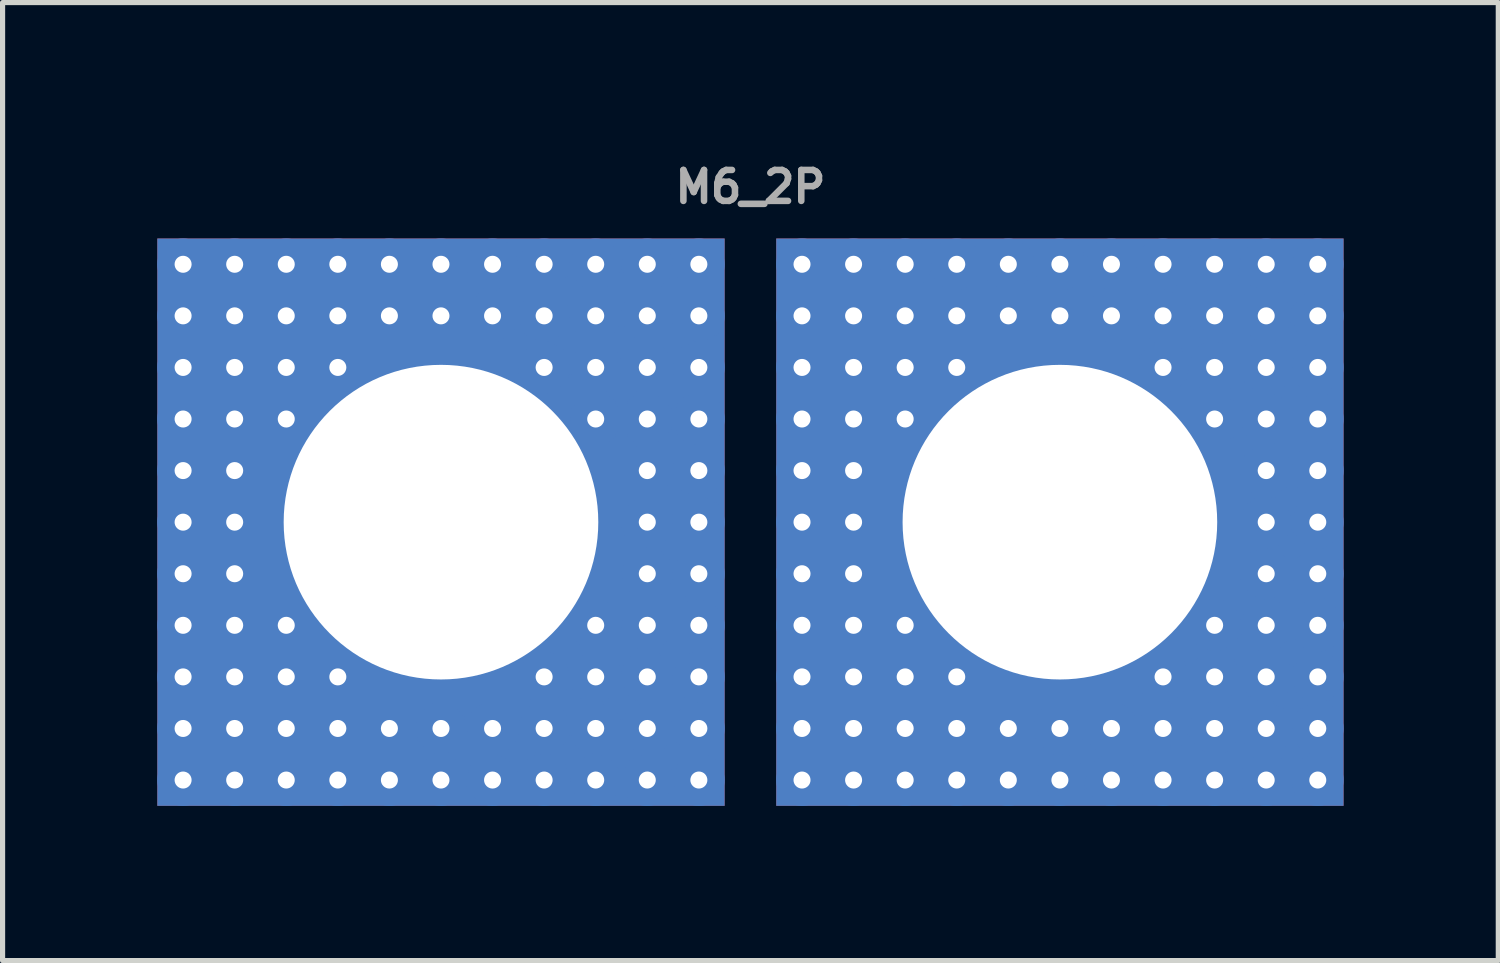
<source format=kicad_pcb>
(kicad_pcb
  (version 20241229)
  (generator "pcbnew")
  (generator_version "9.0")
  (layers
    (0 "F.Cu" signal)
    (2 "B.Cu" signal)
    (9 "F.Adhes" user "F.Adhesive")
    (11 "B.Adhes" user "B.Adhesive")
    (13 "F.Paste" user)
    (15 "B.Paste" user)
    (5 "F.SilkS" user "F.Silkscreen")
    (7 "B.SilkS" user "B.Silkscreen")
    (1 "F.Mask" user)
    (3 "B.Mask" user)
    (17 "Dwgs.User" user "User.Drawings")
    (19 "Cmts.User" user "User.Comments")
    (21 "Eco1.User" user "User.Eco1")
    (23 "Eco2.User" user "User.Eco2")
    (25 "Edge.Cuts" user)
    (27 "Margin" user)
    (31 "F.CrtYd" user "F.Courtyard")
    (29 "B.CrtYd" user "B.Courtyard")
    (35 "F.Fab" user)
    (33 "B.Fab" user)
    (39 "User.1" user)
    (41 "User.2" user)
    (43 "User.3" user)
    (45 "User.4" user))
  (footprint "M6_2P"
    (layer "F.Cu")
    (at 11.5 7.074)
    (property "Reference" "M6_2P" (at 0 -6.5 0) (layer "F.Fab") (effects (font (size 0.6 0.6) (thickness 0.127))))
    (attr exclude_from_pos_files exclude_from_bom)
    (pad "1" thru_hole circle (at -11 -5) (size 1 1) (drill 0.33) (layers "*.Cu" "*.Mask"))
    (pad "1" thru_hole circle (at -11 -4) (size 1 1) (drill 0.33) (layers "*.Cu" "*.Mask"))
    (pad "1" thru_hole circle (at -11 -3) (size 1 1) (drill 0.33) (layers "*.Cu" "*.Mask"))
    (pad "1" thru_hole circle (at -11 -2) (size 1 1) (drill 0.33) (layers "*.Cu" "*.Mask"))
    (pad "1" thru_hole circle (at -11 -1) (size 1 1) (drill 0.33) (layers "*.Cu" "*.Mask"))
    (pad "1" thru_hole circle (at -11 0) (size 1 1) (drill 0.33) (layers "*.Cu" "*.Mask"))
    (pad "1" thru_hole circle (at -11 1) (size 1 1) (drill 0.33) (layers "*.Cu" "*.Mask"))
    (pad "1" thru_hole circle (at -11 2) (size 1 1) (drill 0.33) (layers "*.Cu" "*.Mask"))
    (pad "1" thru_hole circle (at -11 3) (size 1 1) (drill 0.33) (layers "*.Cu" "*.Mask"))
    (pad "1" thru_hole circle (at -11 4) (size 1 1) (drill 0.33) (layers "*.Cu" "*.Mask"))
    (pad "1" thru_hole circle (at -11 5) (size 1 1) (drill 0.33) (layers "*.Cu" "*.Mask"))
    (pad "1" thru_hole circle (at -10 -5) (size 1 1) (drill 0.33) (layers "*.Cu" "*.Mask"))
    (pad "1" thru_hole circle (at -10 -4) (size 1 1) (drill 0.33) (layers "*.Cu" "*.Mask"))
    (pad "1" thru_hole circle (at -10 -3) (size 1 1) (drill 0.33) (layers "*.Cu" "*.Mask"))
    (pad "1" thru_hole circle (at -10 -2) (size 1 1) (drill 0.33) (layers "*.Cu" "*.Mask"))
    (pad "1" thru_hole circle (at -10 -1) (size 1 1) (drill 0.33) (layers "*.Cu" "*.Mask"))
    (pad "1" thru_hole circle (at -10 0) (size 1 1) (drill 0.33) (layers "*.Cu" "*.Mask"))
    (pad "1" thru_hole circle (at -10 1) (size 1 1) (drill 0.33) (layers "*.Cu" "*.Mask"))
    (pad "1" thru_hole circle (at -10 2) (size 1 1) (drill 0.33) (layers "*.Cu" "*.Mask"))
    (pad "1" thru_hole circle (at -10 3) (size 1 1) (drill 0.33) (layers "*.Cu" "*.Mask"))
    (pad "1" thru_hole circle (at -10 4) (size 1 1) (drill 0.33) (layers "*.Cu" "*.Mask"))
    (pad "1" thru_hole circle (at -10 5) (size 1 1) (drill 0.33) (layers "*.Cu" "*.Mask"))
    (pad "1" thru_hole circle (at -9 -5) (size 1 1) (drill 0.33) (layers "*.Cu" "*.Mask"))
    (pad "1" thru_hole circle (at -9 -4) (size 1 1) (drill 0.33) (layers "*.Cu" "*.Mask"))
    (pad "1" thru_hole circle (at -9 -3) (size 1 1) (drill 0.33) (layers "*.Cu" "*.Mask"))
    (pad "1" thru_hole circle (at -9 -2) (size 1 1) (drill 0.33) (layers "*.Cu" "*.Mask"))
    (pad "1" thru_hole circle (at -9 2) (size 1 1) (drill 0.33) (layers "*.Cu" "*.Mask"))
    (pad "1" thru_hole circle (at -9 3) (size 1 1) (drill 0.33) (layers "*.Cu" "*.Mask"))
    (pad "1" thru_hole circle (at -9 4) (size 1 1) (drill 0.33) (layers "*.Cu" "*.Mask"))
    (pad "1" thru_hole circle (at -9 5) (size 1 1) (drill 0.33) (layers "*.Cu" "*.Mask"))
    (pad "1" thru_hole circle (at -8 -5) (size 1 1) (drill 0.33) (layers "*.Cu" "*.Mask"))
    (pad "1" thru_hole circle (at -8 -4) (size 1 1) (drill 0.33) (layers "*.Cu" "*.Mask"))
    (pad "1" thru_hole circle (at -8 -3) (size 1 1) (drill 0.33) (layers "*.Cu" "*.Mask"))
    (pad "1" thru_hole circle (at -8 3) (size 1 1) (drill 0.33) (layers "*.Cu" "*.Mask"))
    (pad "1" thru_hole circle (at -8 4) (size 1 1) (drill 0.33) (layers "*.Cu" "*.Mask"))
    (pad "1" thru_hole circle (at -8 5) (size 1 1) (drill 0.33) (layers "*.Cu" "*.Mask"))
    (pad "1" thru_hole circle (at -7 -5) (size 1 1) (drill 0.33) (layers "*.Cu" "*.Mask"))
    (pad "1" thru_hole circle (at -7 -4) (size 1 1) (drill 0.33) (layers "*.Cu" "*.Mask"))
    (pad "1" thru_hole circle (at -7 4) (size 1 1) (drill 0.33) (layers "*.Cu" "*.Mask"))
    (pad "1" thru_hole circle (at -7 5) (size 1 1) (drill 0.33) (layers "*.Cu" "*.Mask"))
    (pad "1" thru_hole circle (at -6 -5) (size 1 1) (drill 0.33) (layers "*.Cu" "*.Mask"))
    (pad "1" thru_hole circle (at -6 -4) (size 1 1) (drill 0.33) (layers "*.Cu" "*.Mask"))
    (pad "1" thru_hole rect (at -6 0) (size 11 11) (drill 6.1) (layers "*.Cu" "*.Mask"))
    (pad "1" thru_hole circle (at -6 4) (size 1 1) (drill 0.33) (layers "*.Cu" "*.Mask"))
    (pad "1" thru_hole circle (at -6 5) (size 1 1) (drill 0.33) (layers "*.Cu" "*.Mask"))
    (pad "1" thru_hole circle (at -5 -5) (size 1 1) (drill 0.33) (layers "*.Cu" "*.Mask"))
    (pad "1" thru_hole circle (at -5 -4) (size 1 1) (drill 0.33) (layers "*.Cu" "*.Mask"))
    (pad "1" thru_hole circle (at -5 4) (size 1 1) (drill 0.33) (layers "*.Cu" "*.Mask"))
    (pad "1" thru_hole circle (at -5 5) (size 1 1) (drill 0.33) (layers "*.Cu" "*.Mask"))
    (pad "1" thru_hole circle (at -4 -5) (size 1 1) (drill 0.33) (layers "*.Cu" "*.Mask"))
    (pad "1" thru_hole circle (at -4 -4) (size 1 1) (drill 0.33) (layers "*.Cu" "*.Mask"))
    (pad "1" thru_hole circle (at -4 -3) (size 1 1) (drill 0.33) (layers "*.Cu" "*.Mask"))
    (pad "1" thru_hole circle (at -4 3) (size 1 1) (drill 0.33) (layers "*.Cu" "*.Mask"))
    (pad "1" thru_hole circle (at -4 4) (size 1 1) (drill 0.33) (layers "*.Cu" "*.Mask"))
    (pad "1" thru_hole circle (at -4 5) (size 1 1) (drill 0.33) (layers "*.Cu" "*.Mask"))
    (pad "1" thru_hole circle (at -3 -5) (size 1 1) (drill 0.33) (layers "*.Cu" "*.Mask"))
    (pad "1" thru_hole circle (at -3 -4) (size 1 1) (drill 0.33) (layers "*.Cu" "*.Mask"))
    (pad "1" thru_hole circle (at -3 -3) (size 1 1) (drill 0.33) (layers "*.Cu" "*.Mask"))
    (pad "1" thru_hole circle (at -3 -2) (size 1 1) (drill 0.33) (layers "*.Cu" "*.Mask"))
    (pad "1" thru_hole circle (at -3 2) (size 1 1) (drill 0.33) (layers "*.Cu" "*.Mask"))
    (pad "1" thru_hole circle (at -3 3) (size 1 1) (drill 0.33) (layers "*.Cu" "*.Mask"))
    (pad "1" thru_hole circle (at -3 4) (size 1 1) (drill 0.33) (layers "*.Cu" "*.Mask"))
    (pad "1" thru_hole circle (at -3 5) (size 1 1) (drill 0.33) (layers "*.Cu" "*.Mask"))
    (pad "1" thru_hole circle (at -2 -5) (size 1 1) (drill 0.33) (layers "*.Cu" "*.Mask"))
    (pad "1" thru_hole circle (at -2 -4) (size 1 1) (drill 0.33) (layers "*.Cu" "*.Mask"))
    (pad "1" thru_hole circle (at -2 -3) (size 1 1) (drill 0.33) (layers "*.Cu" "*.Mask"))
    (pad "1" thru_hole circle (at -2 -2) (size 1 1) (drill 0.33) (layers "*.Cu" "*.Mask"))
    (pad "1" thru_hole circle (at -2 -1) (size 1 1) (drill 0.33) (layers "*.Cu" "*.Mask"))
    (pad "1" thru_hole circle (at -2 0) (size 1 1) (drill 0.33) (layers "*.Cu" "*.Mask"))
    (pad "1" thru_hole circle (at -2 1) (size 1 1) (drill 0.33) (layers "*.Cu" "*.Mask"))
    (pad "1" thru_hole circle (at -2 2) (size 1 1) (drill 0.33) (layers "*.Cu" "*.Mask"))
    (pad "1" thru_hole circle (at -2 3) (size 1 1) (drill 0.33) (layers "*.Cu" "*.Mask"))
    (pad "1" thru_hole circle (at -2 4) (size 1 1) (drill 0.33) (layers "*.Cu" "*.Mask"))
    (pad "1" thru_hole circle (at -2 5) (size 1 1) (drill 0.33) (layers "*.Cu" "*.Mask"))
    (pad "1" thru_hole circle (at -1 -5) (size 1 1) (drill 0.33) (layers "*.Cu" "*.Mask"))
    (pad "1" thru_hole circle (at -1 -4) (size 1 1) (drill 0.33) (layers "*.Cu" "*.Mask"))
    (pad "1" thru_hole circle (at -1 -3) (size 1 1) (drill 0.33) (layers "*.Cu" "*.Mask"))
    (pad "1" thru_hole circle (at -1 -2) (size 1 1) (drill 0.33) (layers "*.Cu" "*.Mask"))
    (pad "1" thru_hole circle (at -1 -1) (size 1 1) (drill 0.33) (layers "*.Cu" "*.Mask"))
    (pad "1" thru_hole circle (at -1 0) (size 1 1) (drill 0.33) (layers "*.Cu" "*.Mask"))
    (pad "1" thru_hole circle (at -1 1) (size 1 1) (drill 0.33) (layers "*.Cu" "*.Mask"))
    (pad "1" thru_hole circle (at -1 2) (size 1 1) (drill 0.33) (layers "*.Cu" "*.Mask"))
    (pad "1" thru_hole circle (at -1 3) (size 1 1) (drill 0.33) (layers "*.Cu" "*.Mask"))
    (pad "1" thru_hole circle (at -1 4) (size 1 1) (drill 0.33) (layers "*.Cu" "*.Mask"))
    (pad "1" thru_hole circle (at -1 5) (size 1 1) (drill 0.33) (layers "*.Cu" "*.Mask"))
    (pad "1" thru_hole circle (at 1 -5) (size 1 1) (drill 0.33) (layers "*.Cu" "*.Mask"))
    (pad "2" thru_hole circle (at 1 -4) (size 1 1) (drill 0.33) (layers "*.Cu" "*.Mask"))
    (pad "2" thru_hole circle (at 1 -3) (size 1 1) (drill 0.33) (layers "*.Cu" "*.Mask"))
    (pad "2" thru_hole circle (at 1 -2) (size 1 1) (drill 0.33) (layers "*.Cu" "*.Mask"))
    (pad "2" thru_hole circle (at 1 -1) (size 1 1) (drill 0.33) (layers "*.Cu" "*.Mask"))
    (pad "2" thru_hole circle (at 1 0) (size 1 1) (drill 0.33) (layers "*.Cu" "*.Mask"))
    (pad "2" thru_hole circle (at 1 1) (size 1 1) (drill 0.33) (layers "*.Cu" "*.Mask"))
    (pad "2" thru_hole circle (at 1 2) (size 1 1) (drill 0.33) (layers "*.Cu" "*.Mask"))
    (pad "2" thru_hole circle (at 1 3) (size 1 1) (drill 0.33) (layers "*.Cu" "*.Mask"))
    (pad "2" thru_hole circle (at 1 4) (size 1 1) (drill 0.33) (layers "*.Cu" "*.Mask"))
    (pad "2" thru_hole circle (at 1 5) (size 1 1) (drill 0.33) (layers "*.Cu" "*.Mask"))
    (pad "2" thru_hole circle (at 2 -5) (size 1 1) (drill 0.33) (layers "*.Cu" "*.Mask"))
    (pad "2" thru_hole circle (at 2 -4) (size 1 1) (drill 0.33) (layers "*.Cu" "*.Mask"))
    (pad "2" thru_hole circle (at 2 -3) (size 1 1) (drill 0.33) (layers "*.Cu" "*.Mask"))
    (pad "2" thru_hole circle (at 2 -2) (size 1 1) (drill 0.33) (layers "*.Cu" "*.Mask"))
    (pad "2" thru_hole circle (at 2 -1) (size 1 1) (drill 0.33) (layers "*.Cu" "*.Mask"))
    (pad "2" thru_hole circle (at 2 0) (size 1 1) (drill 0.33) (layers "*.Cu" "*.Mask"))
    (pad "2" thru_hole circle (at 2 1) (size 1 1) (drill 0.33) (layers "*.Cu" "*.Mask"))
    (pad "2" thru_hole circle (at 2 2) (size 1 1) (drill 0.33) (layers "*.Cu" "*.Mask"))
    (pad "2" thru_hole circle (at 2 3) (size 1 1) (drill 0.33) (layers "*.Cu" "*.Mask"))
    (pad "2" thru_hole circle (at 2 4) (size 1 1) (drill 0.33) (layers "*.Cu" "*.Mask"))
    (pad "2" thru_hole circle (at 2 5) (size 1 1) (drill 0.33) (layers "*.Cu" "*.Mask"))
    (pad "2" thru_hole circle (at 3 -4) (size 1 1) (drill 0.33) (layers "*.Cu" "*.Mask"))
    (pad "2" thru_hole circle (at 3 -3) (size 1 1) (drill 0.33) (layers "*.Cu" "*.Mask"))
    (pad "2" thru_hole circle (at 3 -2) (size 1 1) (drill 0.33) (layers "*.Cu" "*.Mask"))
    (pad "2" thru_hole circle (at 3 2) (size 1 1) (drill 0.33) (layers "*.Cu" "*.Mask"))
    (pad "2" thru_hole circle (at 3 3) (size 1 1) (drill 0.33) (layers "*.Cu" "*.Mask"))
    (pad "2" thru_hole circle (at 3 4) (size 1 1) (drill 0.33) (layers "*.Cu" "*.Mask"))
    (pad "2" thru_hole circle (at 3 5) (size 1 1) (drill 0.33) (layers "*.Cu" "*.Mask"))
    (pad "2" thru_hole circle (at 4 -4) (size 1 1) (drill 0.33) (layers "*.Cu" "*.Mask"))
    (pad "2" thru_hole circle (at 4 -3) (size 1 1) (drill 0.33) (layers "*.Cu" "*.Mask"))
    (pad "2" thru_hole circle (at 4 3) (size 1 1) (drill 0.33) (layers "*.Cu" "*.Mask"))
    (pad "2" thru_hole circle (at 4 4) (size 1 1) (drill 0.33) (layers "*.Cu" "*.Mask"))
    (pad "2" thru_hole circle (at 4 5) (size 1 1) (drill 0.33) (layers "*.Cu" "*.Mask"))
    (pad "2" thru_hole circle (at 5 -4) (size 1 1) (drill 0.33) (layers "*.Cu" "*.Mask"))
    (pad "2" thru_hole circle (at 5 4) (size 1 1) (drill 0.33) (layers "*.Cu" "*.Mask"))
    (pad "2" thru_hole circle (at 5 5) (size 1 1) (drill 0.33) (layers "*.Cu" "*.Mask"))
    (pad "2" thru_hole circle (at 6 -4) (size 1 1) (drill 0.33) (layers "*.Cu" "*.Mask"))
    (pad "2" thru_hole rect (at 6 0) (size 11 11) (drill 6.1) (layers "*.Cu" "*.Mask"))
    (pad "2" thru_hole circle (at 6 4) (size 1 1) (drill 0.33) (layers "*.Cu" "*.Mask"))
    (pad "2" thru_hole circle (at 6 5) (size 1 1) (drill 0.33) (layers "*.Cu" "*.Mask"))
    (pad "2" thru_hole circle (at 7 -4) (size 1 1) (drill 0.33) (layers "*.Cu" "*.Mask"))
    (pad "2" thru_hole circle (at 7 4) (size 1 1) (drill 0.33) (layers "*.Cu" "*.Mask"))
    (pad "2" thru_hole circle (at 7 5) (size 1 1) (drill 0.33) (layers "*.Cu" "*.Mask"))
    (pad "2" thru_hole circle (at 8 -4) (size 1 1) (drill 0.33) (layers "*.Cu" "*.Mask"))
    (pad "2" thru_hole circle (at 8 -3) (size 1 1) (drill 0.33) (layers "*.Cu" "*.Mask"))
    (pad "2" thru_hole circle (at 8 3) (size 1 1) (drill 0.33) (layers "*.Cu" "*.Mask"))
    (pad "2" thru_hole circle (at 8 4) (size 1 1) (drill 0.33) (layers "*.Cu" "*.Mask"))
    (pad "2" thru_hole circle (at 8 5) (size 1 1) (drill 0.33) (layers "*.Cu" "*.Mask"))
    (pad "2" thru_hole circle (at 9 -4) (size 1 1) (drill 0.33) (layers "*.Cu" "*.Mask"))
    (pad "2" thru_hole circle (at 9 -3) (size 1 1) (drill 0.33) (layers "*.Cu" "*.Mask"))
    (pad "2" thru_hole circle (at 9 -2) (size 1 1) (drill 0.33) (layers "*.Cu" "*.Mask"))
    (pad "2" thru_hole circle (at 9 2) (size 1 1) (drill 0.33) (layers "*.Cu" "*.Mask"))
    (pad "2" thru_hole circle (at 9 3) (size 1 1) (drill 0.33) (layers "*.Cu" "*.Mask"))
    (pad "2" thru_hole circle (at 9 4) (size 1 1) (drill 0.33) (layers "*.Cu" "*.Mask"))
    (pad "2" thru_hole circle (at 9 5) (size 1 1) (drill 0.33) (layers "*.Cu" "*.Mask"))
    (pad "2" thru_hole circle (at 10 -5) (size 1 1) (drill 0.33) (layers "*.Cu" "*.Mask"))
    (pad "2" thru_hole circle (at 10 -4) (size 1 1) (drill 0.33) (layers "*.Cu" "*.Mask"))
    (pad "2" thru_hole circle (at 10 -3) (size 1 1) (drill 0.33) (layers "*.Cu" "*.Mask"))
    (pad "2" thru_hole circle (at 10 -2) (size 1 1) (drill 0.33) (layers "*.Cu" "*.Mask"))
    (pad "2" thru_hole circle (at 10 -1) (size 1 1) (drill 0.33) (layers "*.Cu" "*.Mask"))
    (pad "2" thru_hole circle (at 10 0) (size 1 1) (drill 0.33) (layers "*.Cu" "*.Mask"))
    (pad "2" thru_hole circle (at 10 1) (size 1 1) (drill 0.33) (layers "*.Cu" "*.Mask"))
    (pad "2" thru_hole circle (at 10 2) (size 1 1) (drill 0.33) (layers "*.Cu" "*.Mask"))
    (pad "2" thru_hole circle (at 10 3) (size 1 1) (drill 0.33) (layers "*.Cu" "*.Mask"))
    (pad "2" thru_hole circle (at 10 4) (size 1 1) (drill 0.33) (layers "*.Cu" "*.Mask"))
    (pad "2" thru_hole circle (at 10 5) (size 1 1) (drill 0.33) (layers "*.Cu" "*.Mask"))
    (pad "2" thru_hole circle (at 11 -5) (size 1 1) (drill 0.33) (layers "*.Cu" "*.Mask"))
    (pad "2" thru_hole circle (at 11 -4) (size 1 1) (drill 0.33) (layers "*.Cu" "*.Mask"))
    (pad "2" thru_hole circle (at 11 -3) (size 1 1) (drill 0.33) (layers "*.Cu" "*.Mask"))
    (pad "2" thru_hole circle (at 11 -2) (size 1 1) (drill 0.33) (layers "*.Cu" "*.Mask"))
    (pad "2" thru_hole circle (at 11 -1) (size 1 1) (drill 0.33) (layers "*.Cu" "*.Mask"))
    (pad "2" thru_hole circle (at 11 0) (size 1 1) (drill 0.33) (layers "*.Cu" "*.Mask"))
    (pad "2" thru_hole circle (at 11 1) (size 1 1) (drill 0.33) (layers "*.Cu" "*.Mask"))
    (pad "2" thru_hole circle (at 11 2) (size 1 1) (drill 0.33) (layers "*.Cu" "*.Mask"))
    (pad "2" thru_hole circle (at 11 3) (size 1 1) (drill 0.33) (layers "*.Cu" "*.Mask"))
    (pad "2" thru_hole circle (at 11 4) (size 1 1) (drill 0.33) (layers "*.Cu" "*.Mask"))
    (pad "2" thru_hole circle (at 11 5) (size 1 1) (drill 0.33) (layers "*.Cu" "*.Mask"))
    (pad "3" thru_hole circle (at 3 -5) (size 1 1) (drill 0.33) (layers "*.Cu" "*.Mask"))
    (pad "4" thru_hole circle (at 4 -5) (size 1 1) (drill 0.33) (layers "*.Cu" "*.Mask"))
    (pad "5" thru_hole circle (at 5 -5) (size 1 1) (drill 0.33) (layers "*.Cu" "*.Mask"))
    (pad "6" thru_hole circle (at 6 -5) (size 1 1) (drill 0.33) (layers "*.Cu" "*.Mask"))
    (pad "7" thru_hole circle (at 7 -5) (size 1 1) (drill 0.33) (layers "*.Cu" "*.Mask"))
    (pad "8" thru_hole circle (at 8 -5) (size 1 1) (drill 0.33) (layers "*.Cu" "*.Mask"))
    (pad "9" thru_hole circle (at 9 -5) (size 1 1) (drill 0.33) (layers "*.Cu" "*.Mask")))
  (gr_rect
    (start -3 -3)
    (end 26 15.574)
    (stroke (width 0.1) (type default))
    (fill no)
    (layer "Edge.Cuts")))
</source>
